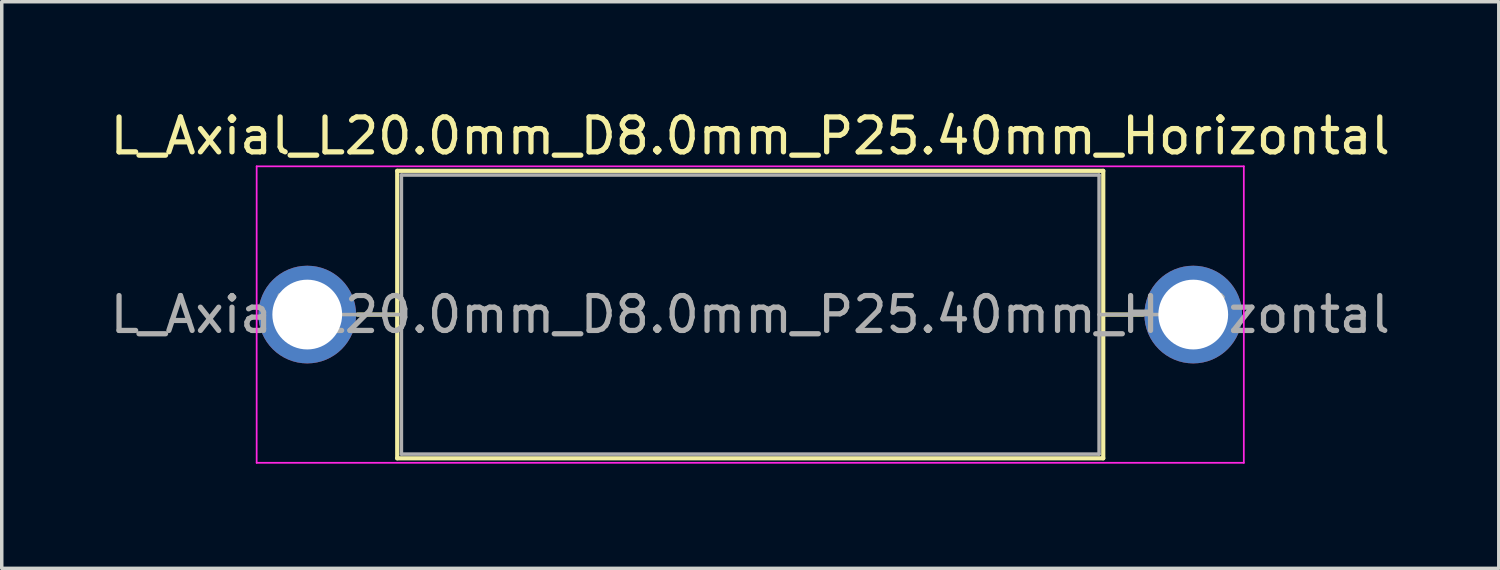
<source format=kicad_pcb>
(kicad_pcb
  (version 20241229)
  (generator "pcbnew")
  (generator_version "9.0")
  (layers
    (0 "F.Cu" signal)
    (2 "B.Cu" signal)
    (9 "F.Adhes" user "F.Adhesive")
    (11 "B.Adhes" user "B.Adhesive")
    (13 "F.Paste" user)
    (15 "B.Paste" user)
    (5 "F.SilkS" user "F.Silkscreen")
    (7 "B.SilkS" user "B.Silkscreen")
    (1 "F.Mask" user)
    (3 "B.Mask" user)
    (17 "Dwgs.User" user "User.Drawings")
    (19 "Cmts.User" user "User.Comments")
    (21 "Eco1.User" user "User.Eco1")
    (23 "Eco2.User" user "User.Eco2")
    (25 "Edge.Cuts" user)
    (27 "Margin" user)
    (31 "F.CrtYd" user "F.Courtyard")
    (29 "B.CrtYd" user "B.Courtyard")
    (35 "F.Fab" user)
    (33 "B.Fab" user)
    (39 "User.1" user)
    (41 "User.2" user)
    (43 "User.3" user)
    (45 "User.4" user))
  (footprint "L_Axial_L20.0mm_D8.0mm_P25.40mm_Horizontal"
    (layer "F.Cu")
    (at 5.758 5.968)
    (property "Reference" "L_Axial_L20.0mm_D8.0mm_P25.40mm_Horizontal" (at 12.7 -5.12 0) (layer "F.SilkS") (effects (font (size 1 1) (thickness 0.15))))
    (attr through_hole)
    (fp_line (start 1.44 0) (end 2.58 0) (stroke (width 0.12) (type solid)) (layer "F.SilkS"))
    (fp_line (start 2.58 -4.12) (end 2.58 4.12) (stroke (width 0.12) (type solid)) (layer "F.SilkS"))
    (fp_line (start 2.58 4.12) (end 22.82 4.12) (stroke (width 0.12) (type solid)) (layer "F.SilkS"))
    (fp_line (start 22.82 -4.12) (end 2.58 -4.12) (stroke (width 0.12) (type solid)) (layer "F.SilkS"))
    (fp_line (start 22.82 4.12) (end 22.82 -4.12) (stroke (width 0.12) (type solid)) (layer "F.SilkS"))
    (fp_line (start 23.96 0) (end 22.82 0) (stroke (width 0.12) (type solid)) (layer "F.SilkS"))
    (fp_line (start -1.45 -4.25) (end -1.45 4.25) (stroke (width 0.05) (type solid)) (layer "F.CrtYd"))
    (fp_line (start -1.45 4.25) (end 26.85 4.25) (stroke (width 0.05) (type solid)) (layer "F.CrtYd"))
    (fp_line (start 26.85 -4.25) (end -1.45 -4.25) (stroke (width 0.05) (type solid)) (layer "F.CrtYd"))
    (fp_line (start 26.85 4.25) (end 26.85 -4.25) (stroke (width 0.05) (type solid)) (layer "F.CrtYd"))
    (fp_line (start 0 0) (end 2.7 0) (stroke (width 0.1) (type solid)) (layer "F.Fab"))
    (fp_line (start 2.7 -4) (end 2.7 4) (stroke (width 0.1) (type solid)) (layer "F.Fab"))
    (fp_line (start 2.7 4) (end 22.7 4) (stroke (width 0.1) (type solid)) (layer "F.Fab"))
    (fp_line (start 22.7 -4) (end 2.7 -4) (stroke (width 0.1) (type solid)) (layer "F.Fab"))
    (fp_line (start 22.7 4) (end 22.7 -4) (stroke (width 0.1) (type solid)) (layer "F.Fab"))
    (fp_line (start 25.4 0) (end 22.7 0) (stroke (width 0.1) (type solid)) (layer "F.Fab"))
    (fp_text user "${REFERENCE}" (at 12.7 0 0) (layer "F.Fab") (effects (font (size 1 1) (thickness 0.15))))
    (pad "1" thru_hole circle (at 0 0) (size 2.8 2.8) (drill 2) (layers "*.Cu" "*.Mask"))
    (pad "2" thru_hole circle (at 25.4 0) (size 2.8 2.8) (drill 2) (layers "*.Cu" "*.Mask")))
  (gr_rect
    (start -3 -3)
    (end 39.917 13.243)
    (stroke (width 0.1) (type default))
    (fill no)
    (layer "Edge.Cuts")))
</source>
